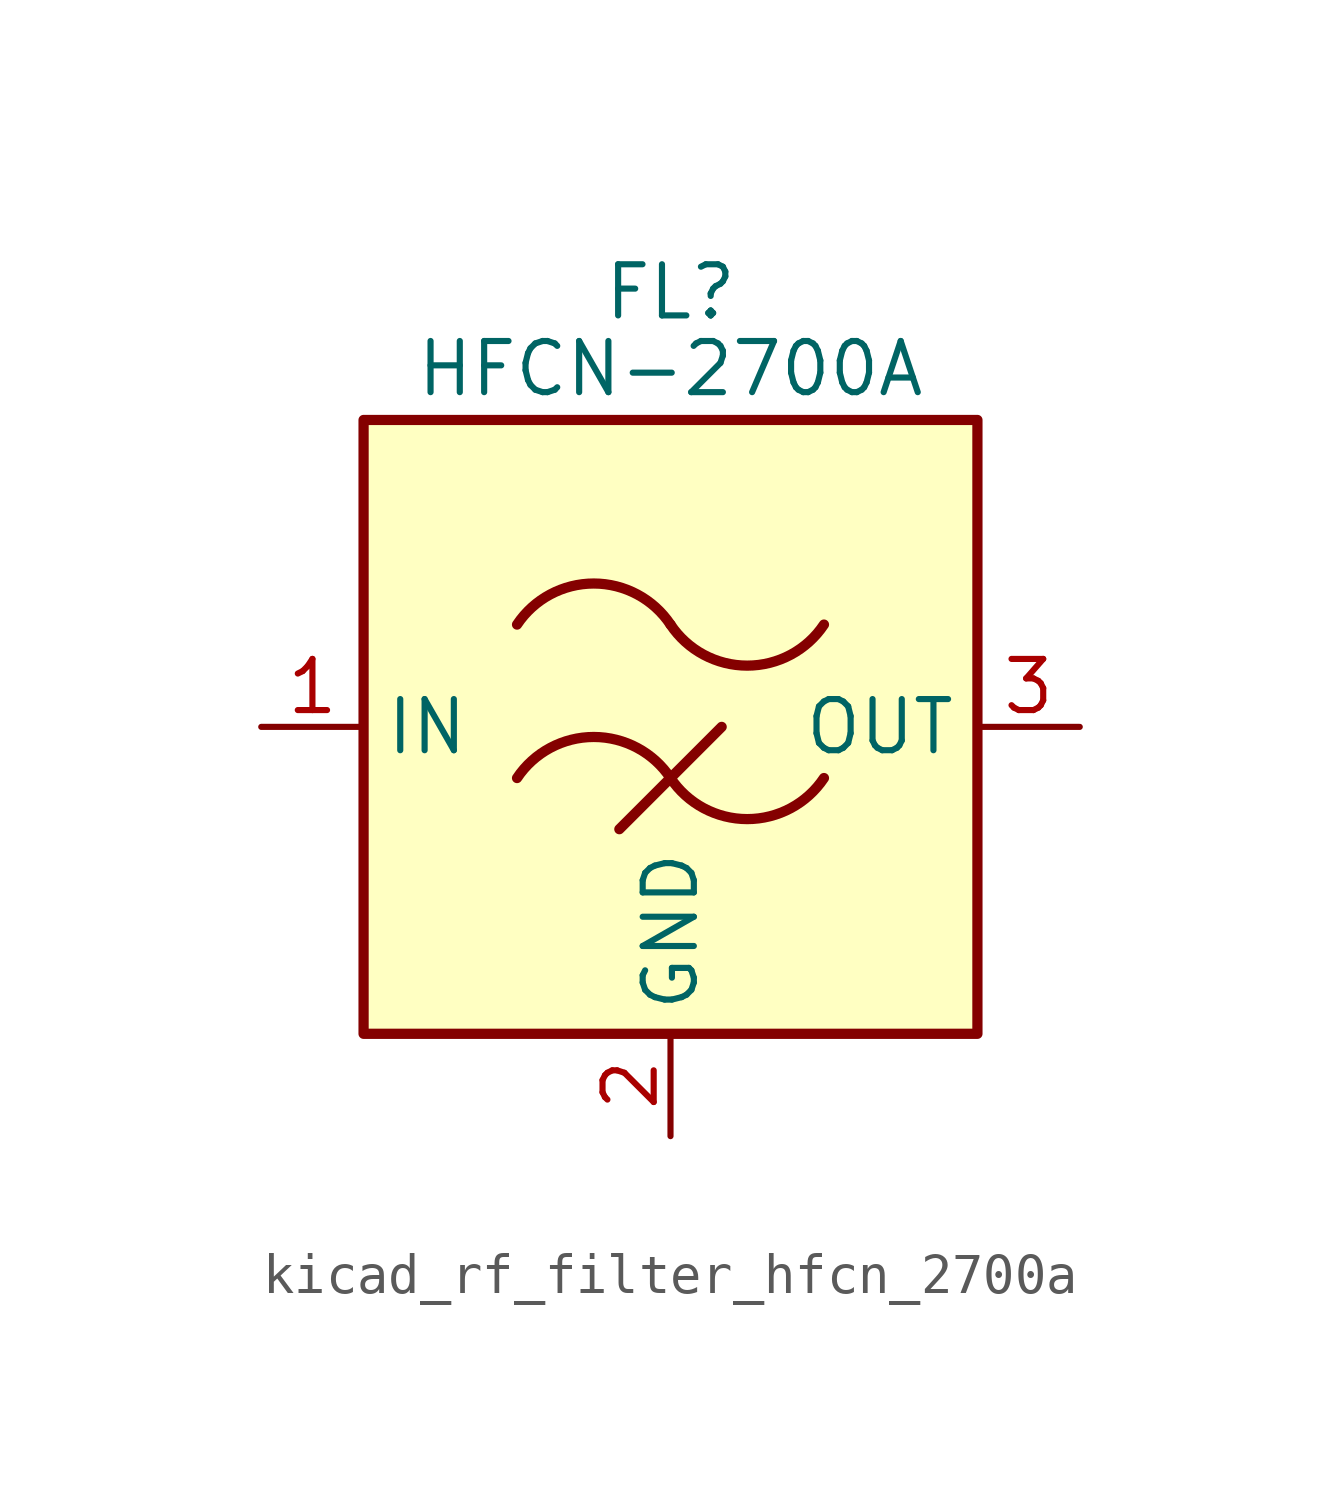
<source format=kicad_sym>
(kicad_symbol_lib
  (version 20220914)
  (generator kicad_symbol_editor)
  (symbol "kicad_rf_filter_hfcn_2700a"
    (property "Reference" "FL"
      (at 0 10.795 0)
      (effects (font (size 1.27 1.27))))
    (property "Value" "HFCN-2700A"
      (at 0 8.89 0)
      (effects (font (size 1.27 1.27))))
    (symbol "kicad_rf_filter_hfcn_2700a_0_1"
      (rectangle (start -7.62 7.62) (end 7.62 -7.62) (stroke (width 0.254) (type default)) (fill (type background)))
      (arc (start 0 -1.27) (mid -1.905 -0.2505) (end -3.81 -1.27) (stroke (width 0.254) (type default)) (fill (type none)))
      (arc (start 0 -1.27) (mid 1.905 -2.2895) (end 3.81 -1.27) (stroke (width 0.254) (type default)) (fill (type none)))
      (polyline (pts (xy -1.27 -2.54) (xy 1.27 0)) (stroke (width 0.254) (type default)) (fill (type none)))
      (arc (start 0 2.54) (mid -1.905 3.5595) (end -3.81 2.54) (stroke (width 0.254) (type default)) (fill (type none)))
      (arc (start 0 2.54) (mid 1.905 1.5205) (end 3.81 2.54) (stroke (width 0.254) (type default)) (fill (type none))))
    (symbol "kicad_rf_filter_hfcn_2700a_1_1"
      (pin passive line (at -10.16 0 0) (length 2.54) (name "IN" (effects (font (size 1.27 1.27)))) (number "1" (effects (font (size 1.27 1.27)))))
      (pin passive line (at 0 -10.16 90) (length 2.54) (name "GND" (effects (font (size 1.27 1.27)))) (number "2" (effects (font (size 1.27 1.27)))))
      (pin passive line (at 10.16 0 180) (length 2.54) (name "OUT" (effects (font (size 1.27 1.27)))) (number "3" (effects (font (size 1.27 1.27)))))
      (pin passive line (at 0 -10.16 90) (length 2.54) hide (name "GND" (effects (font (size 1.27 1.27)))) (number "4" (effects (font (size 1.27 1.27)))))
      (pin passive line (at 0 -10.16 90) (length 2.54) hide (name "GND" (effects (font (size 1.27 1.27)))) (number "5" (effects (font (size 1.27 1.27)))))
      (pin passive line (at 0 -10.16 90) (length 2.54) hide (name "GND" (effects (font (size 1.27 1.27)))) (number "6" (effects (font (size 1.27 1.27))))))))
</source>
